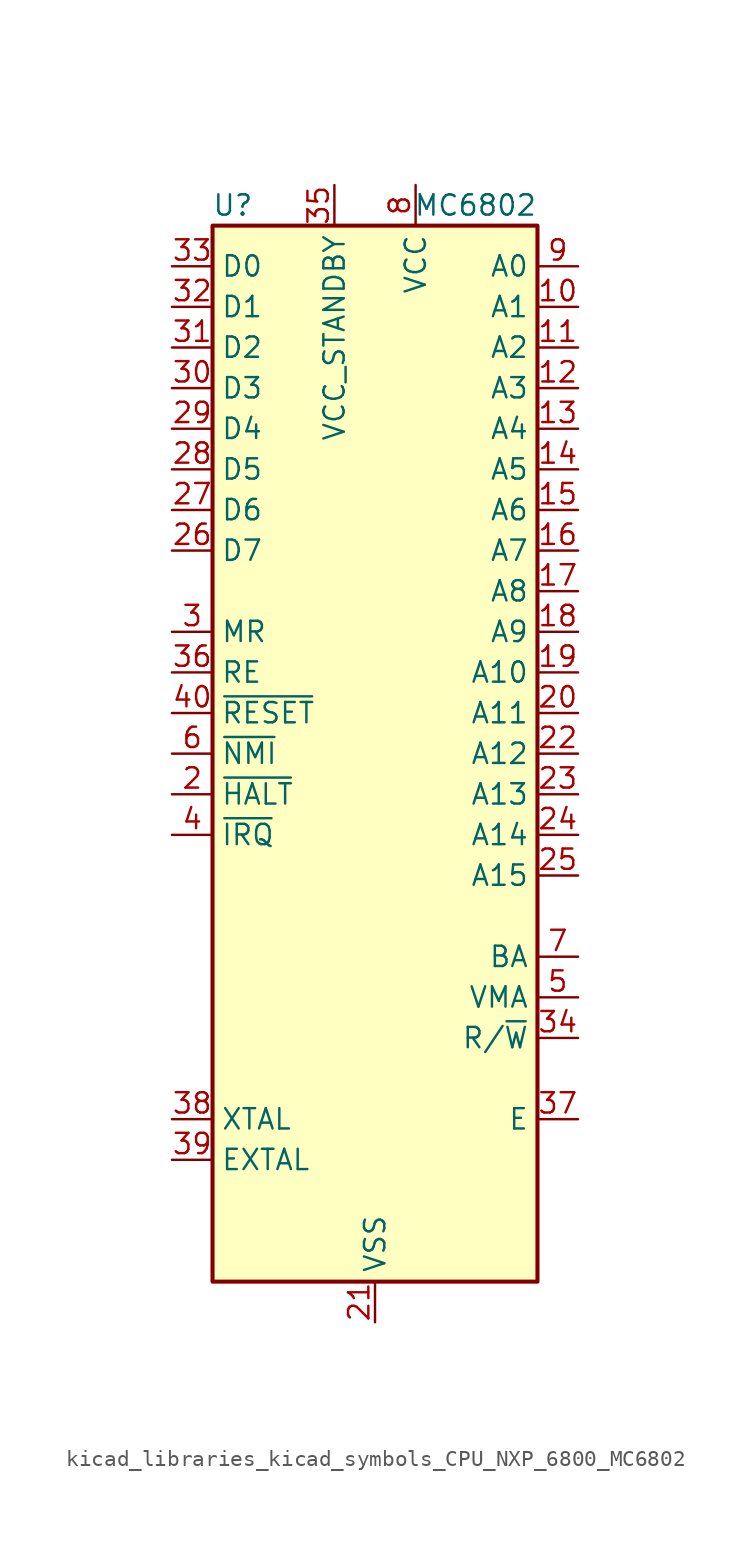
<source format=kicad_sym>
(kicad_symbol_lib
  (version 20220914)
  (generator kicad_symbol_editor)
  (symbol "kicad_libraries_kicad_symbols_CPU_NXP_6800_MC6802"
    (property "Reference" "U"
      (at -8.89 34.29 0)
      (effects (font (size 1.27 1.27))))
    (property "Value" "MC6802"
      (at 10.16 34.29 0)
      (effects (font (size 1.27 1.27)) (justify right)))
    (symbol "kicad_libraries_kicad_symbols_CPU_NXP_6800_MC6802_0_1"
      (rectangle (start -10.16 -33.02) (end 10.16 33.02) (stroke (width 0.254) (type default)) (fill (type background))))
    (symbol "kicad_libraries_kicad_symbols_CPU_NXP_6800_MC6802_1_1"
      (pin passive line (at 0 -35.56 90) (length 2.54) hide (name "VSS" (effects (font (size 1.27 1.27)))) (number "1" (effects (font (size 1.27 1.27)))))
      (pin output line (at 12.7 27.94 180) (length 2.54) (name "A1" (effects (font (size 1.27 1.27)))) (number "10" (effects (font (size 1.27 1.27)))))
      (pin output line (at 12.7 25.4 180) (length 2.54) (name "A2" (effects (font (size 1.27 1.27)))) (number "11" (effects (font (size 1.27 1.27)))))
      (pin output line (at 12.7 22.86 180) (length 2.54) (name "A3" (effects (font (size 1.27 1.27)))) (number "12" (effects (font (size 1.27 1.27)))))
      (pin output line (at 12.7 20.32 180) (length 2.54) (name "A4" (effects (font (size 1.27 1.27)))) (number "13" (effects (font (size 1.27 1.27)))))
      (pin output line (at 12.7 17.78 180) (length 2.54) (name "A5" (effects (font (size 1.27 1.27)))) (number "14" (effects (font (size 1.27 1.27)))))
      (pin output line (at 12.7 15.24 180) (length 2.54) (name "A6" (effects (font (size 1.27 1.27)))) (number "15" (effects (font (size 1.27 1.27)))))
      (pin output line (at 12.7 12.7 180) (length 2.54) (name "A7" (effects (font (size 1.27 1.27)))) (number "16" (effects (font (size 1.27 1.27)))))
      (pin output line (at 12.7 10.16 180) (length 2.54) (name "A8" (effects (font (size 1.27 1.27)))) (number "17" (effects (font (size 1.27 1.27)))))
      (pin output line (at 12.7 7.62 180) (length 2.54) (name "A9" (effects (font (size 1.27 1.27)))) (number "18" (effects (font (size 1.27 1.27)))))
      (pin output line (at 12.7 5.08 180) (length 2.54) (name "A10" (effects (font (size 1.27 1.27)))) (number "19" (effects (font (size 1.27 1.27)))))
      (pin input line (at -12.7 -2.54 0) (length 2.54) (name "~{HALT}" (effects (font (size 1.27 1.27)))) (number "2" (effects (font (size 1.27 1.27)))))
      (pin output line (at 12.7 2.54 180) (length 2.54) (name "A11" (effects (font (size 1.27 1.27)))) (number "20" (effects (font (size 1.27 1.27)))))
      (pin power_in line (at 0 -35.56 90) (length 2.54) (name "VSS" (effects (font (size 1.27 1.27)))) (number "21" (effects (font (size 1.27 1.27)))))
      (pin output line (at 12.7 0 180) (length 2.54) (name "A12" (effects (font (size 1.27 1.27)))) (number "22" (effects (font (size 1.27 1.27)))))
      (pin output line (at 12.7 -2.54 180) (length 2.54) (name "A13" (effects (font (size 1.27 1.27)))) (number "23" (effects (font (size 1.27 1.27)))))
      (pin output line (at 12.7 -5.08 180) (length 2.54) (name "A14" (effects (font (size 1.27 1.27)))) (number "24" (effects (font (size 1.27 1.27)))))
      (pin output line (at 12.7 -7.62 180) (length 2.54) (name "A15" (effects (font (size 1.27 1.27)))) (number "25" (effects (font (size 1.27 1.27)))))
      (pin bidirectional line (at -12.7 12.7 0) (length 2.54) (name "D7" (effects (font (size 1.27 1.27)))) (number "26" (effects (font (size 1.27 1.27)))))
      (pin bidirectional line (at -12.7 15.24 0) (length 2.54) (name "D6" (effects (font (size 1.27 1.27)))) (number "27" (effects (font (size 1.27 1.27)))))
      (pin bidirectional line (at -12.7 17.78 0) (length 2.54) (name "D5" (effects (font (size 1.27 1.27)))) (number "28" (effects (font (size 1.27 1.27)))))
      (pin bidirectional line (at -12.7 20.32 0) (length 2.54) (name "D4" (effects (font (size 1.27 1.27)))) (number "29" (effects (font (size 1.27 1.27)))))
      (pin input line (at -12.7 7.62 0) (length 2.54) (name "MR" (effects (font (size 1.27 1.27)))) (number "3" (effects (font (size 1.27 1.27)))))
      (pin bidirectional line (at -12.7 22.86 0) (length 2.54) (name "D3" (effects (font (size 1.27 1.27)))) (number "30" (effects (font (size 1.27 1.27)))))
      (pin bidirectional line (at -12.7 25.4 0) (length 2.54) (name "D2" (effects (font (size 1.27 1.27)))) (number "31" (effects (font (size 1.27 1.27)))))
      (pin bidirectional line (at -12.7 27.94 0) (length 2.54) (name "D1" (effects (font (size 1.27 1.27)))) (number "32" (effects (font (size 1.27 1.27)))))
      (pin bidirectional line (at -12.7 30.48 0) (length 2.54) (name "D0" (effects (font (size 1.27 1.27)))) (number "33" (effects (font (size 1.27 1.27)))))
      (pin output line (at 12.7 -17.78 180) (length 2.54) (name "R/~{W}" (effects (font (size 1.27 1.27)))) (number "34" (effects (font (size 1.27 1.27)))))
      (pin power_in line (at -2.54 35.56 270) (length 2.54) (name "VCC_STANDBY" (effects (font (size 1.27 1.27)))) (number "35" (effects (font (size 1.27 1.27)))))
      (pin input line (at -12.7 5.08 0) (length 2.54) (name "RE" (effects (font (size 1.27 1.27)))) (number "36" (effects (font (size 1.27 1.27)))))
      (pin output line (at 12.7 -22.86 180) (length 2.54) (name "E" (effects (font (size 1.27 1.27)))) (number "37" (effects (font (size 1.27 1.27)))))
      (pin passive line (at -12.7 -22.86 0) (length 2.54) (name "XTAL" (effects (font (size 1.27 1.27)))) (number "38" (effects (font (size 1.27 1.27)))))
      (pin passive line (at -12.7 -25.4 0) (length 2.54) (name "EXTAL" (effects (font (size 1.27 1.27)))) (number "39" (effects (font (size 1.27 1.27)))))
      (pin input line (at -12.7 -5.08 0) (length 2.54) (name "~{IRQ}" (effects (font (size 1.27 1.27)))) (number "4" (effects (font (size 1.27 1.27)))))
      (pin input line (at -12.7 2.54 0) (length 2.54) (name "~{RESET}" (effects (font (size 1.27 1.27)))) (number "40" (effects (font (size 1.27 1.27)))))
      (pin output line (at 12.7 -15.24 180) (length 2.54) (name "VMA" (effects (font (size 1.27 1.27)))) (number "5" (effects (font (size 1.27 1.27)))))
      (pin input line (at -12.7 0 0) (length 2.54) (name "~{NMI}" (effects (font (size 1.27 1.27)))) (number "6" (effects (font (size 1.27 1.27)))))
      (pin output line (at 12.7 -12.7 180) (length 2.54) (name "BA" (effects (font (size 1.27 1.27)))) (number "7" (effects (font (size 1.27 1.27)))))
      (pin power_in line (at 2.54 35.56 270) (length 2.54) (name "VCC" (effects (font (size 1.27 1.27)))) (number "8" (effects (font (size 1.27 1.27)))))
      (pin output line (at 12.7 30.48 180) (length 2.54) (name "A0" (effects (font (size 1.27 1.27)))) (number "9" (effects (font (size 1.27 1.27))))))))
</source>
